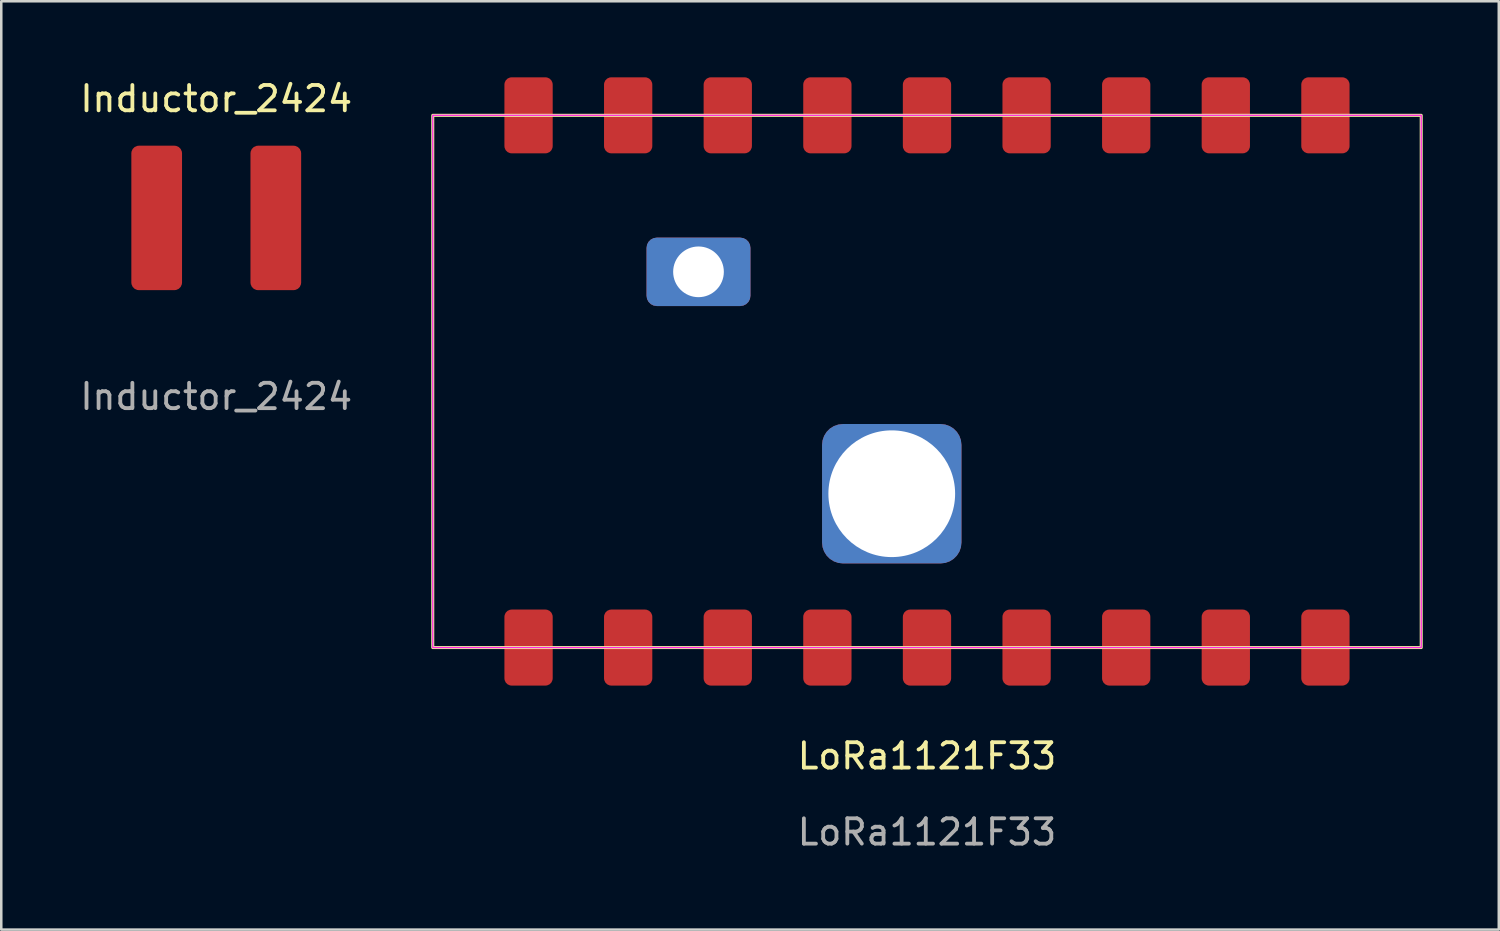
<source format=kicad_pcb>
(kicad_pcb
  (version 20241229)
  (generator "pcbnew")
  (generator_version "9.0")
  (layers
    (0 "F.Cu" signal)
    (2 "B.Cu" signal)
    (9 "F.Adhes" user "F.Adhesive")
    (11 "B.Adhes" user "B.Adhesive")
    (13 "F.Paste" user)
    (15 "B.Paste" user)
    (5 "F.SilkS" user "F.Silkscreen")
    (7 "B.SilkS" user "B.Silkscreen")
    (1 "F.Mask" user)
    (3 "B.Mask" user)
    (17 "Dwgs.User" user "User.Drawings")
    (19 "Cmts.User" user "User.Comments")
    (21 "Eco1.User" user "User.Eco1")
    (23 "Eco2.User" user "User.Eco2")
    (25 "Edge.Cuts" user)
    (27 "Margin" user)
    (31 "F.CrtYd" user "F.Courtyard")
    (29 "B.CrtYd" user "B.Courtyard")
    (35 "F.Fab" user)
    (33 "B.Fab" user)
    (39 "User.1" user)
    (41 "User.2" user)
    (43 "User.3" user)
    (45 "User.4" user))
  (footprint "Inductor_2424"
    (layer "F.Cu")
    (at 5.482 5.548)
    (property "Reference" "Inductor_2424" (at 0 -4.7 0) (unlocked yes) (layer "F.SilkS") (effects (font (size 1 1) (thickness 0.15))))
    (attr smd)
    (fp_text user "${REFERENCE}" (at 0 7.05 0) (unlocked yes) (layer "F.Fab") (effects (font (size 1 1) (thickness 0.15))))
    (pad "1" smd roundrect (at -2.35 0) (size 2 5.7) (layers "F.Cu" "F.Mask" "F.Paste") (roundrect_rratio 0.15))
    (pad "2" smd roundrect (at 2.35 0) (size 2 5.7) (layers "F.Cu" "F.Mask" "F.Paste") (roundrect_rratio 0.15)))
  (footprint "LoRa1121F33"
    (layer "F.Cu")
    (at 33.524 12)
    (property "Reference" "LoRa1121F33" (at 0 14.78 0) (unlocked yes) (layer "F.SilkS") (effects (font (size 1 1) (thickness 0.15))))
    (attr smd)
    (fp_rect (start -19.5 -10.5) (end 19.5 10.5) (stroke (width 0.12) (type solid)) (fill no) (layer "F.SilkS"))
    (fp_rect (start -19.5 -10.5) (end 19.5 10.5) (stroke (width 0.05) (type solid)) (fill no) (layer "F.CrtYd"))
    (fp_text user "${REFERENCE}" (at 0 17.78 0) (unlocked yes) (layer "F.Fab") (effects (font (size 1 1) (thickness 0.15))))
    (pad "1" smd roundrect (at 15.72 -10.5) (size 1.905 3) (layers "F.Cu" "F.Mask" "F.Paste") (roundrect_rratio 0.15))
    (pad "2" smd roundrect (at 11.79 -10.5) (size 1.905 3) (layers "F.Cu" "F.Mask" "F.Paste") (roundrect_rratio 0.15))
    (pad "3" smd roundrect (at 7.86 -10.5) (size 1.905 3) (layers "F.Cu" "F.Mask" "F.Paste") (roundrect_rratio 0.15))
    (pad "4" smd roundrect (at 3.93 -10.5) (size 1.905 3) (layers "F.Cu" "F.Mask" "F.Paste") (roundrect_rratio 0.15))
    (pad "5" smd roundrect (at 0 -10.5) (size 1.905 3) (layers "F.Cu" "F.Mask" "F.Paste") (roundrect_rratio 0.15))
    (pad "6" smd roundrect (at -3.93 -10.5) (size 1.905 3) (layers "F.Cu" "F.Mask" "F.Paste") (roundrect_rratio 0.15))
    (pad "7" smd roundrect (at -7.86 -10.5) (size 1.905 3) (layers "F.Cu" "F.Mask" "F.Paste") (roundrect_rratio 0.15))
    (pad "8" smd roundrect (at -11.79 -10.5) (size 1.905 3) (layers "F.Cu" "F.Mask" "F.Paste") (roundrect_rratio 0.15))
    (pad "9" smd roundrect (at -15.72 -10.5) (size 1.905 3) (layers "F.Cu" "F.Mask" "F.Paste") (roundrect_rratio 0.15))
    (pad "10" smd roundrect (at -15.72 10.5) (size 1.905 3) (layers "F.Cu" "F.Mask" "F.Paste") (roundrect_rratio 0.15))
    (pad "11" smd roundrect (at -11.79 10.5) (size 1.905 3) (layers "F.Cu" "F.Mask" "F.Paste") (roundrect_rratio 0.15))
    (pad "12" smd roundrect (at -7.86 10.5) (size 1.905 3) (layers "F.Cu" "F.Mask" "F.Paste") (roundrect_rratio 0.15))
    (pad "13" smd roundrect (at -3.93 10.5) (size 1.905 3) (layers "F.Cu" "F.Mask" "F.Paste") (roundrect_rratio 0.15))
    (pad "14" smd roundrect (at 0 10.5) (size 1.905 3) (layers "F.Cu" "F.Mask" "F.Paste") (roundrect_rratio 0.15))
    (pad "15" smd roundrect (at 3.93 10.5) (size 1.905 3) (layers "F.Cu" "F.Mask" "F.Paste") (roundrect_rratio 0.15))
    (pad "16" smd roundrect (at 7.86 10.5) (size 1.905 3) (layers "F.Cu" "F.Mask" "F.Paste") (roundrect_rratio 0.15))
    (pad "17" smd roundrect (at 11.79 10.5) (size 1.905 3) (layers "F.Cu" "F.Mask" "F.Paste") (roundrect_rratio 0.15))
    (pad "18" smd roundrect (at 15.72 10.5) (size 1.905 3) (layers "F.Cu" "F.Mask" "F.Paste") (roundrect_rratio 0.15))
    (pad "19" thru_hole roundrect (at -1.39 4.43) (size 5.5 5.5) (drill 5) (layers "*.Cu" "*.Mask") (roundrect_rratio 0.15))
    (pad "20" thru_hole roundrect (at -9.015 -4.325) (size 4.1 2.7) (drill 2) (layers "*.Cu" "*.Mask") (roundrect_rratio 0.15)))
  (gr_rect
    (start -3 -3)
    (end 56.084 33.628)
    (stroke (width 0.1) (type default))
    (fill no)
    (layer "Edge.Cuts")))
</source>
